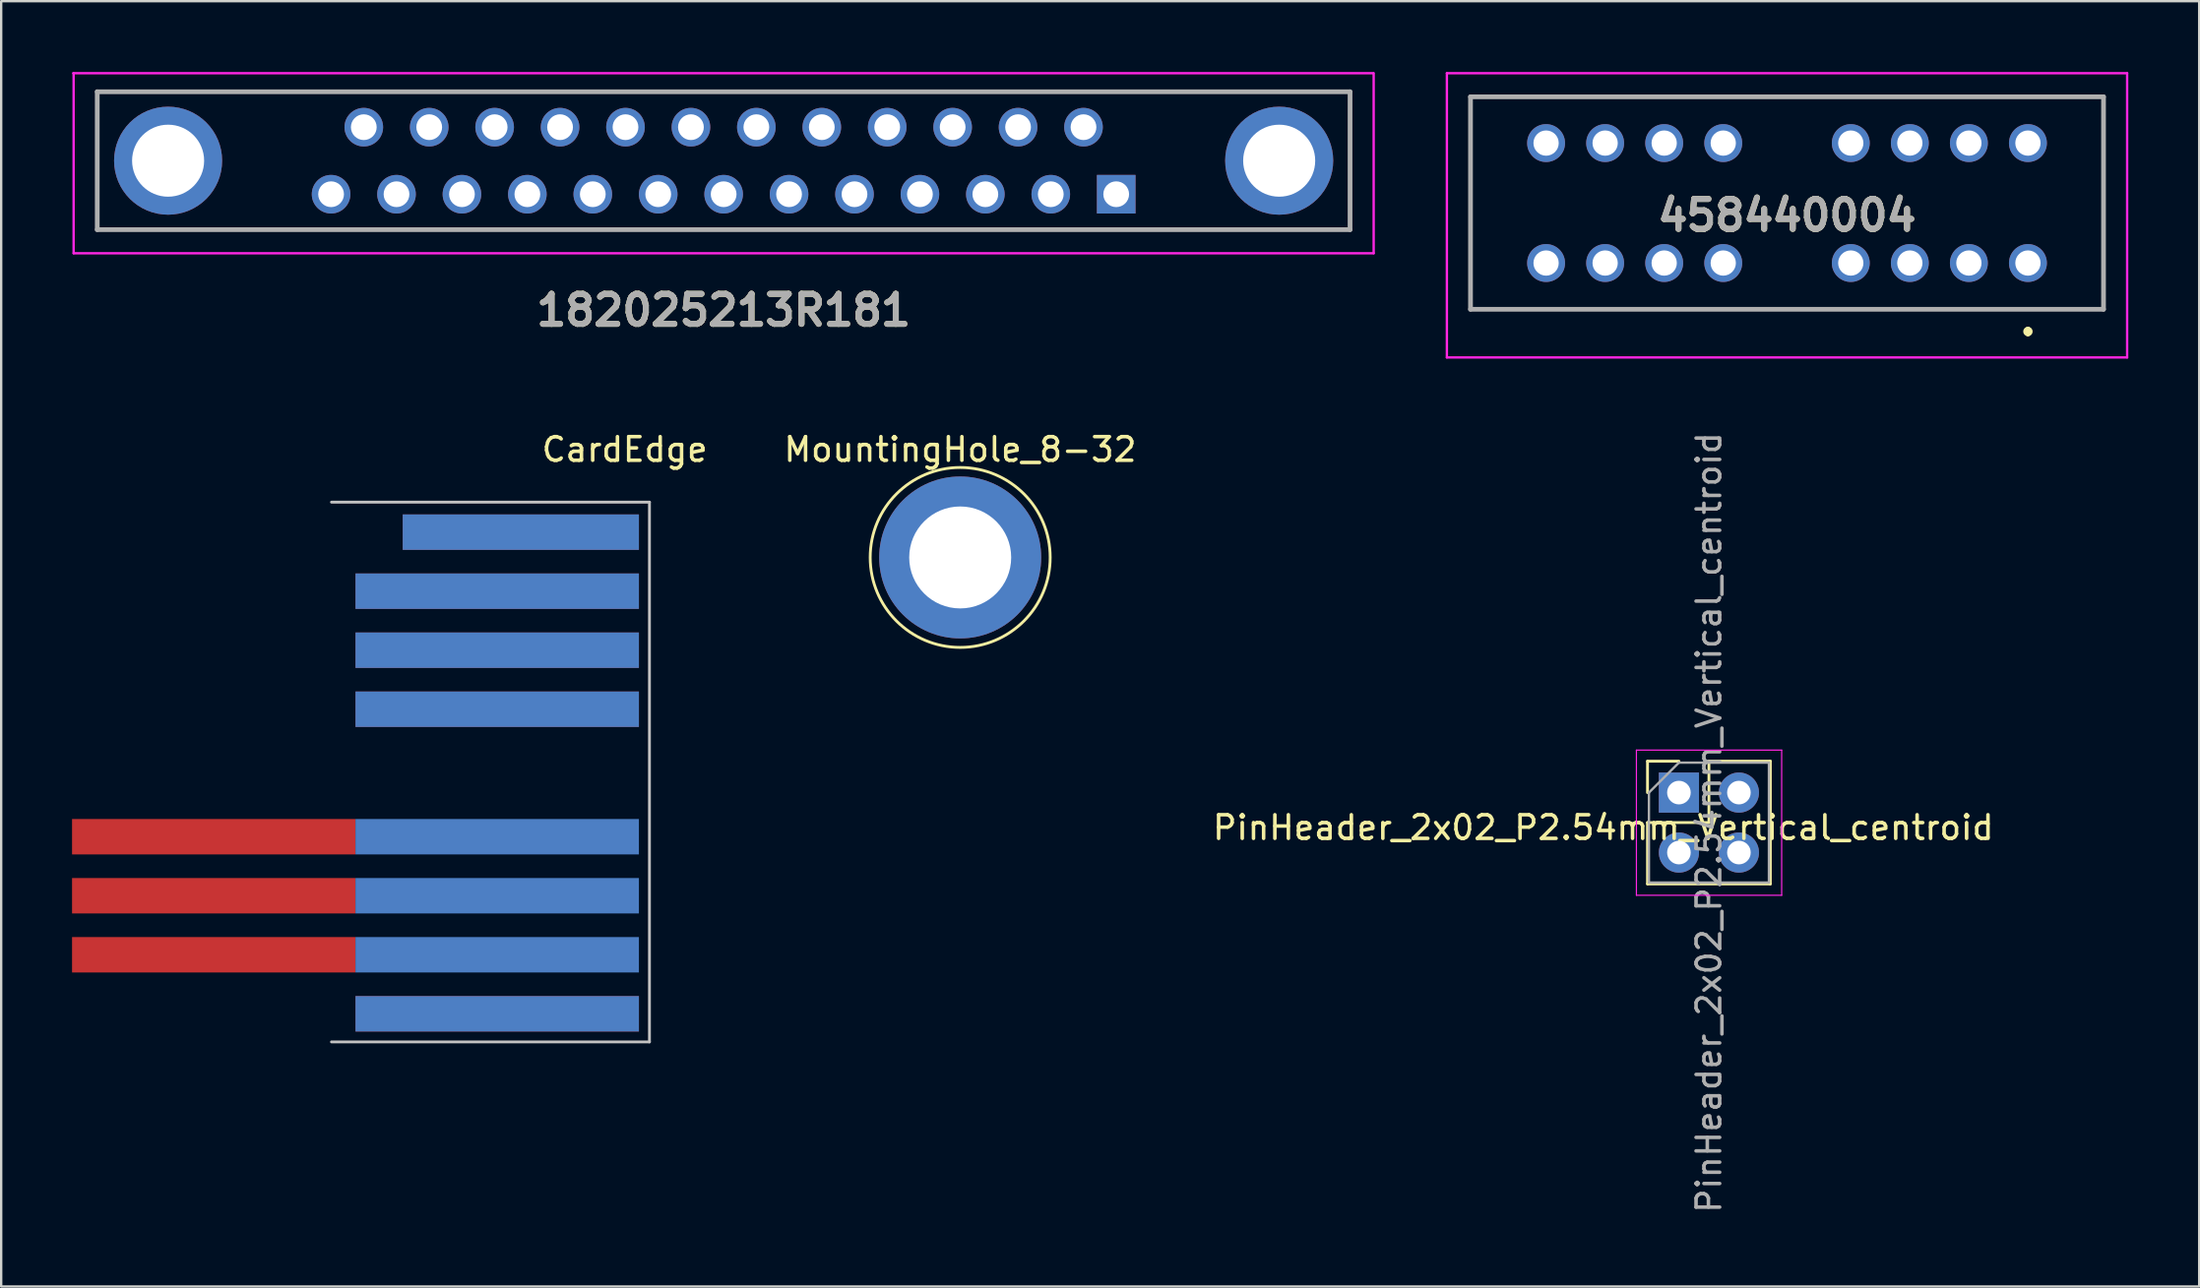
<source format=kicad_pcb>
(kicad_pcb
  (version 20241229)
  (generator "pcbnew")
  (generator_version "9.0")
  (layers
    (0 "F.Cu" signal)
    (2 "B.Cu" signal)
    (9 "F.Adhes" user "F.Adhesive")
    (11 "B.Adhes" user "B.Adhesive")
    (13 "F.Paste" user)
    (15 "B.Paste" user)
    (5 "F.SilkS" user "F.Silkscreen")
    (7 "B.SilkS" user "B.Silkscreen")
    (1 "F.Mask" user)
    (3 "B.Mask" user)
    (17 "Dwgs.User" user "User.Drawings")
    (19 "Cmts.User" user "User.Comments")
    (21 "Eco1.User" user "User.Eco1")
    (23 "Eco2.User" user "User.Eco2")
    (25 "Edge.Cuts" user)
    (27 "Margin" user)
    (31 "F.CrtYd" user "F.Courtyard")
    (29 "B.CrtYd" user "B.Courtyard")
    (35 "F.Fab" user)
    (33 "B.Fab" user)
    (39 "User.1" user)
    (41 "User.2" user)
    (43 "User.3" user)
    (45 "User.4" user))
  (footprint "CardEdge"
    (layer "F.Cu")
    (at 12 19.488)
    (property "Reference" "CardEdge" (at 11.4 -3.5 0) (layer "F.SilkS") (effects (font (size 1 1) (thickness 0.15))))
    (attr through_hole exclude_from_bom)
    (fp_line (start -1.016 -1.27) (end 12.446 -1.27) (stroke (width 0.12) (type solid)) (layer "Dwgs.User"))
    (fp_line (start 12.446 -1.27) (end 12.446 21.59) (stroke (width 0.12) (type solid)) (layer "Dwgs.User"))
    (fp_line (start 12.446 21.59) (end -1.016 21.59) (stroke (width 0.12) (type solid)) (layer "Dwgs.User"))
    (pad "1" smd rect (at 7 0) (size 10 1.5) (layers "F.Cu" "F.Mask" "Eco1.User"))
    (pad "2" smd rect (at 6 2.5) (size 12 1.5) (layers "F.Cu" "F.Mask" "Eco1.User"))
    (pad "3" smd rect (at 6 5) (size 12 1.5) (layers "F.Cu" "F.Mask" "Eco1.User"))
    (pad "4" smd rect (at 6 7.5) (size 12 1.5) (layers "F.Cu" "F.Mask" "Eco1.User"))
    (pad "5" smd rect (at -6 12.9) (size 12 1.5) (layers "F.Cu" "F.Mask" "Eco2.User"))
    (pad "6" smd rect (at -6 15.4) (size 12 1.5) (layers "F.Cu" "F.Mask" "Eco2.User"))
    (pad "7" smd rect (at -6 17.9) (size 12 1.5) (layers "F.Cu" "F.Mask" "Eco2.User"))
    (pad "8" smd rect (at 6 20.4) (size 12 1.5) (layers "F.Cu" "F.Mask" "Eco1.User"))
    (pad "9" smd rect (at 7 0) (size 10 1.5) (layers "B.Cu" "B.Mask" "Eco2.User"))
    (pad "10" smd rect (at 6 2.5) (size 12 1.5) (layers "B.Cu" "B.Mask" "Eco2.User"))
    (pad "11" smd rect (at 6 5) (size 12 1.5) (layers "B.Cu" "B.Mask" "Eco2.User"))
    (pad "12" smd rect (at 6 7.5) (size 12 1.5) (layers "B.Cu" "B.Mask" "Eco2.User"))
    (pad "13" smd rect (at 6 12.9) (size 12 1.5) (layers "B.Cu" "B.Mask" "Eco2.User"))
    (pad "14" smd rect (at 6 15.4) (size 12 1.5) (layers "B.Cu" "B.Mask" "Eco2.User"))
    (pad "15" smd rect (at 6 17.9) (size 12 1.5) (layers "B.Cu" "B.Mask" "Eco2.User"))
    (pad "16" smd rect (at 6 20.4) (size 12 1.5) (layers "B.Cu" "B.Mask" "Eco2.User")))
  (footprint "MountingHole_8-32"
    (layer "F.Cu")
    (at 37.602 20.56)
    (property "Reference" "MountingHole_8-32" (at 0 -4.572 0) (layer "F.SilkS") (effects (font (size 1 1) (thickness 0.15))))
    (attr through_hole)
    (fp_circle (center 0 0) (end 3.81 0) (stroke (width 0.12) (type solid)) (fill no) (layer "F.SilkS"))
    (pad "1" thru_hole circle (at 0 0) (size 6.858 6.858) (drill 4.318) (layers "*.Cu" "*.Mask")))
  (footprint "458440004"
    (layer "F.Cu")
    (at 72.607 5.55)
    (property "Reference" "458440004" (at 0 0.52 0) (layer "F.SilkS") (effects (font (size 1.27 1.27) (thickness 0.254))))
    (attr through_hole)
    (fp_line (start -13.4 -4.5) (end 13.4 -4.5) (stroke (width 0.1) (type solid)) (layer "F.SilkS"))
    (fp_line (start -13.4 4.5) (end -13.4 -4.5) (stroke (width 0.1) (type solid)) (layer "F.SilkS"))
    (fp_line (start 10.2 5.34) (end 10.2 5.34) (stroke (width 0.2) (type solid)) (layer "F.SilkS"))
    (fp_line (start 10.2 5.54) (end 10.2 5.54) (stroke (width 0.2) (type solid)) (layer "F.SilkS"))
    (fp_line (start 13.4 -4.5) (end 13.4 4.5) (stroke (width 0.1) (type solid)) (layer "F.SilkS"))
    (fp_line (start 13.4 4.5) (end -13.4 4.5) (stroke (width 0.1) (type solid)) (layer "F.SilkS"))
    (fp_arc (start 10.2 5.34) (mid 10.3 5.44) (end 10.2 5.54) (stroke (width 0.2) (type solid)) (layer "F.SilkS"))
    (fp_arc (start 10.2 5.54) (mid 10.1 5.44) (end 10.2 5.34) (stroke (width 0.2) (type solid)) (layer "F.SilkS"))
    (fp_line (start -14.4 -5.5) (end 14.4 -5.5) (stroke (width 0.1) (type solid)) (layer "F.CrtYd"))
    (fp_line (start -14.4 6.54) (end -14.4 -5.5) (stroke (width 0.1) (type solid)) (layer "F.CrtYd"))
    (fp_line (start 14.4 -5.5) (end 14.4 6.54) (stroke (width 0.1) (type solid)) (layer "F.CrtYd"))
    (fp_line (start 14.4 6.54) (end -14.4 6.54) (stroke (width 0.1) (type solid)) (layer "F.CrtYd"))
    (fp_line (start -13.4 -4.5) (end 13.4 -4.5) (stroke (width 0.2) (type solid)) (layer "F.Fab"))
    (fp_line (start -13.4 4.5) (end -13.4 -4.5) (stroke (width 0.2) (type solid)) (layer "F.Fab"))
    (fp_line (start 13.4 -4.5) (end 13.4 4.5) (stroke (width 0.2) (type solid)) (layer "F.Fab"))
    (fp_line (start 13.4 4.5) (end -13.4 4.5) (stroke (width 0.2) (type solid)) (layer "F.Fab"))
    (fp_text user "${REFERENCE}" (at 0 0.52 0) (layer "F.Fab") (effects (font (size 1.27 1.27) (thickness 0.254))))
    (pad "1" thru_hole circle (at 10.2 2.54) (size 1.605 1.605) (drill 1.07) (layers "*.Cu" "*.Mask"))
    (pad "2" thru_hole circle (at 7.7 2.54) (size 1.605 1.605) (drill 1.07) (layers "*.Cu" "*.Mask"))
    (pad "3" thru_hole circle (at 5.2 2.54) (size 1.605 1.605) (drill 1.07) (layers "*.Cu" "*.Mask"))
    (pad "4" thru_hole circle (at 2.7 2.54) (size 1.605 1.605) (drill 1.07) (layers "*.Cu" "*.Mask"))
    (pad "5" thru_hole circle (at -2.7 2.54) (size 1.605 1.605) (drill 1.07) (layers "*.Cu" "*.Mask"))
    (pad "6" thru_hole circle (at -5.2 2.54) (size 1.605 1.605) (drill 1.07) (layers "*.Cu" "*.Mask"))
    (pad "7" thru_hole circle (at -7.7 2.54) (size 1.605 1.605) (drill 1.07) (layers "*.Cu" "*.Mask"))
    (pad "8" thru_hole circle (at -10.2 2.54) (size 1.605 1.605) (drill 1.07) (layers "*.Cu" "*.Mask"))
    (pad "9" thru_hole circle (at 10.2 -2.54) (size 1.605 1.605) (drill 1.07) (layers "*.Cu" "*.Mask"))
    (pad "10" thru_hole circle (at 7.7 -2.54) (size 1.605 1.605) (drill 1.07) (layers "*.Cu" "*.Mask"))
    (pad "11" thru_hole circle (at 5.2 -2.54) (size 1.605 1.605) (drill 1.07) (layers "*.Cu" "*.Mask"))
    (pad "12" thru_hole circle (at 2.7 -2.54) (size 1.605 1.605) (drill 1.07) (layers "*.Cu" "*.Mask"))
    (pad "13" thru_hole circle (at -2.7 -2.54) (size 1.605 1.605) (drill 1.07) (layers "*.Cu" "*.Mask"))
    (pad "14" thru_hole circle (at -5.2 -2.54) (size 1.605 1.605) (drill 1.07) (layers "*.Cu" "*.Mask"))
    (pad "15" thru_hole circle (at -7.7 -2.54) (size 1.605 1.605) (drill 1.07) (layers "*.Cu" "*.Mask"))
    (pad "16" thru_hole circle (at -10.2 -2.54) (size 1.605 1.605) (drill 1.07) (layers "*.Cu" "*.Mask")))
  (footprint "PinHeader_2x02_P2.54mm_Vertical_centroid"
    (layer "F.Cu")
    (at 69.301 31.789)
    (property "Reference" "PinHeader_2x02_P2.54mm_Vertical_centroid" (at -4.472 0.213 0) (layer "F.SilkS") (effects (font (size 1 1) (thickness 0.15))))
    (attr through_hole)
    (fp_line (start -2.6 -2.6) (end -1.27 -2.6) (stroke (width 0.12) (type solid)) (layer "F.SilkS"))
    (fp_line (start -2.6 -1.27) (end -2.6 -2.6) (stroke (width 0.12) (type solid)) (layer "F.SilkS"))
    (fp_line (start -2.6 0) (end -2.6 2.6) (stroke (width 0.12) (type solid)) (layer "F.SilkS"))
    (fp_line (start -2.6 0) (end 0 0) (stroke (width 0.12) (type solid)) (layer "F.SilkS"))
    (fp_line (start -2.6 2.6) (end 2.6 2.6) (stroke (width 0.12) (type solid)) (layer "F.SilkS"))
    (fp_line (start 0 -2.6) (end 2.6 -2.6) (stroke (width 0.12) (type solid)) (layer "F.SilkS"))
    (fp_line (start 0 0) (end 0 -2.6) (stroke (width 0.12) (type solid)) (layer "F.SilkS"))
    (fp_line (start 2.6 -2.6) (end 2.6 2.6) (stroke (width 0.12) (type solid)) (layer "F.SilkS"))
    (fp_line (start -3.07 -3.07) (end -3.07 3.08) (stroke (width 0.05) (type solid)) (layer "F.CrtYd"))
    (fp_line (start -3.07 3.08) (end 3.08 3.08) (stroke (width 0.05) (type solid)) (layer "F.CrtYd"))
    (fp_line (start 3.08 -3.07) (end -3.07 -3.07) (stroke (width 0.05) (type solid)) (layer "F.CrtYd"))
    (fp_line (start 3.08 3.08) (end 3.08 -3.07) (stroke (width 0.05) (type solid)) (layer "F.CrtYd"))
    (fp_line (start -2.54 -1.27) (end -1.27 -2.54) (stroke (width 0.1) (type solid)) (layer "F.Fab"))
    (fp_line (start -2.54 2.54) (end -2.54 -1.27) (stroke (width 0.1) (type solid)) (layer "F.Fab"))
    (fp_line (start -1.27 -2.54) (end 2.54 -2.54) (stroke (width 0.1) (type solid)) (layer "F.Fab"))
    (fp_line (start 2.54 -2.54) (end 2.54 2.54) (stroke (width 0.1) (type solid)) (layer "F.Fab"))
    (fp_line (start 2.54 2.54) (end -2.54 2.54) (stroke (width 0.1) (type solid)) (layer "F.Fab"))
    (fp_text user "${REFERENCE}" (at 0 0 90) (layer "F.Fab") (effects (font (size 1 1) (thickness 0.15))))
    (pad "1" thru_hole rect (at -1.27 -1.27) (size 1.7 1.7) (drill 1) (layers "*.Cu" "*.Mask"))
    (pad "2" thru_hole oval (at 1.27 -1.27) (size 1.7 1.7) (drill 1) (layers "*.Cu" "*.Mask"))
    (pad "3" thru_hole oval (at -1.27 1.27) (size 1.7 1.7) (drill 1) (layers "*.Cu" "*.Mask"))
    (pad "4" thru_hole oval (at 1.27 1.27) (size 1.7 1.7) (drill 1) (layers "*.Cu" "*.Mask")))
  (footprint "182025213R181"
    (layer "F.Cu")
    (at 27.587 3.756)
    (property "Reference" "182025213R181" (at 0 6.335 0) (layer "F.SilkS") (effects (font (size 1.27 1.27) (thickness 0.254))))
    (attr through_hole)
    (fp_line (start -26.52 -2.92) (end 26.52 -2.92) (stroke (width 0.1) (type solid)) (layer "F.SilkS"))
    (fp_line (start -26.52 2.92) (end -26.52 -2.92) (stroke (width 0.1) (type solid)) (layer "F.SilkS"))
    (fp_line (start 26.52 -2.92) (end 26.52 2.92) (stroke (width 0.1) (type solid)) (layer "F.SilkS"))
    (fp_line (start 26.52 2.92) (end -26.52 2.92) (stroke (width 0.1) (type solid)) (layer "F.SilkS"))
    (fp_line (start -27.52 -3.706) (end -27.52 3.92) (stroke (width 0.1) (type solid)) (layer "F.CrtYd"))
    (fp_line (start -27.52 3.92) (end 27.52 3.92) (stroke (width 0.1) (type solid)) (layer "F.CrtYd"))
    (fp_line (start 27.503 -3.706) (end -27.537 -3.706) (stroke (width 0.1) (type solid)) (layer "F.CrtYd"))
    (fp_line (start 27.52 3.92) (end 27.52 -3.706) (stroke (width 0.1) (type solid)) (layer "F.CrtYd"))
    (fp_line (start -26.52 -2.92) (end 26.52 -2.92) (stroke (width 0.2) (type solid)) (layer "F.Fab"))
    (fp_line (start -26.52 2.92) (end -26.52 -2.92) (stroke (width 0.2) (type solid)) (layer "F.Fab"))
    (fp_line (start 26.52 -2.92) (end 26.52 2.92) (stroke (width 0.2) (type solid)) (layer "F.Fab"))
    (fp_line (start 26.52 2.92) (end -26.52 2.92) (stroke (width 0.2) (type solid)) (layer "F.Fab"))
    (fp_text user "${REFERENCE}" (at 0 6.335 0) (layer "F.Fab") (effects (font (size 1.27 1.27) (thickness 0.254))))
    (pad "1" thru_hole rect (at 16.62 1.42) (size 1.635 1.635) (drill 1.09) (layers "*.Cu" "*.Mask"))
    (pad "2" thru_hole circle (at 13.85 1.42) (size 1.635 1.635) (drill 1.09) (layers "*.Cu" "*.Mask"))
    (pad "3" thru_hole circle (at 11.08 1.42) (size 1.635 1.635) (drill 1.09) (layers "*.Cu" "*.Mask"))
    (pad "4" thru_hole circle (at 8.31 1.42) (size 1.635 1.635) (drill 1.09) (layers "*.Cu" "*.Mask"))
    (pad "5" thru_hole circle (at 5.54 1.42) (size 1.635 1.635) (drill 1.09) (layers "*.Cu" "*.Mask"))
    (pad "6" thru_hole circle (at 2.77 1.42) (size 1.635 1.635) (drill 1.09) (layers "*.Cu" "*.Mask"))
    (pad "7" thru_hole circle (at 0 1.42) (size 1.635 1.635) (drill 1.09) (layers "*.Cu" "*.Mask"))
    (pad "8" thru_hole circle (at -2.77 1.42) (size 1.635 1.635) (drill 1.09) (layers "*.Cu" "*.Mask"))
    (pad "9" thru_hole circle (at -5.54 1.42) (size 1.635 1.635) (drill 1.09) (layers "*.Cu" "*.Mask"))
    (pad "10" thru_hole circle (at -8.31 1.42) (size 1.635 1.635) (drill 1.09) (layers "*.Cu" "*.Mask"))
    (pad "11" thru_hole circle (at -11.08 1.42) (size 1.635 1.635) (drill 1.09) (layers "*.Cu" "*.Mask"))
    (pad "12" thru_hole circle (at -13.85 1.42) (size 1.635 1.635) (drill 1.09) (layers "*.Cu" "*.Mask"))
    (pad "13" thru_hole circle (at -16.62 1.42) (size 1.635 1.635) (drill 1.09) (layers "*.Cu" "*.Mask"))
    (pad "14" thru_hole circle (at 15.235 -1.42) (size 1.635 1.635) (drill 1.09) (layers "*.Cu" "*.Mask"))
    (pad "15" thru_hole circle (at 12.465 -1.42) (size 1.635 1.635) (drill 1.09) (layers "*.Cu" "*.Mask"))
    (pad "16" thru_hole circle (at 9.695 -1.42) (size 1.635 1.635) (drill 1.09) (layers "*.Cu" "*.Mask"))
    (pad "17" thru_hole circle (at 6.925 -1.42) (size 1.635 1.635) (drill 1.09) (layers "*.Cu" "*.Mask"))
    (pad "18" thru_hole circle (at 4.155 -1.42) (size 1.635 1.635) (drill 1.09) (layers "*.Cu" "*.Mask"))
    (pad "19" thru_hole circle (at 1.385 -1.42) (size 1.635 1.635) (drill 1.09) (layers "*.Cu" "*.Mask"))
    (pad "20" thru_hole circle (at -1.385 -1.42) (size 1.635 1.635) (drill 1.09) (layers "*.Cu" "*.Mask"))
    (pad "21" thru_hole circle (at -4.155 -1.42) (size 1.635 1.635) (drill 1.09) (layers "*.Cu" "*.Mask"))
    (pad "22" thru_hole circle (at -6.925 -1.42) (size 1.635 1.635) (drill 1.09) (layers "*.Cu" "*.Mask"))
    (pad "23" thru_hole circle (at -9.695 -1.42) (size 1.635 1.635) (drill 1.09) (layers "*.Cu" "*.Mask"))
    (pad "24" thru_hole circle (at -12.465 -1.42) (size 1.635 1.635) (drill 1.09) (layers "*.Cu" "*.Mask"))
    (pad "25" thru_hole circle (at -15.235 -1.42) (size 1.635 1.635) (drill 1.09) (layers "*.Cu" "*.Mask"))
    (pad "MH1" thru_hole circle (at 23.52 0) (size 4.575 4.575) (drill 3.05) (layers "*.Cu" "*.Mask"))
    (pad "MH2" thru_hole circle (at -23.52 0) (size 4.575 4.575) (drill 3.05) (layers "*.Cu" "*.Mask")))
  (gr_rect
    (start -3 -3)
    (end 90.057 51.438)
    (stroke (width 0.1) (type default))
    (fill no)
    (layer "Edge.Cuts")))
</source>
